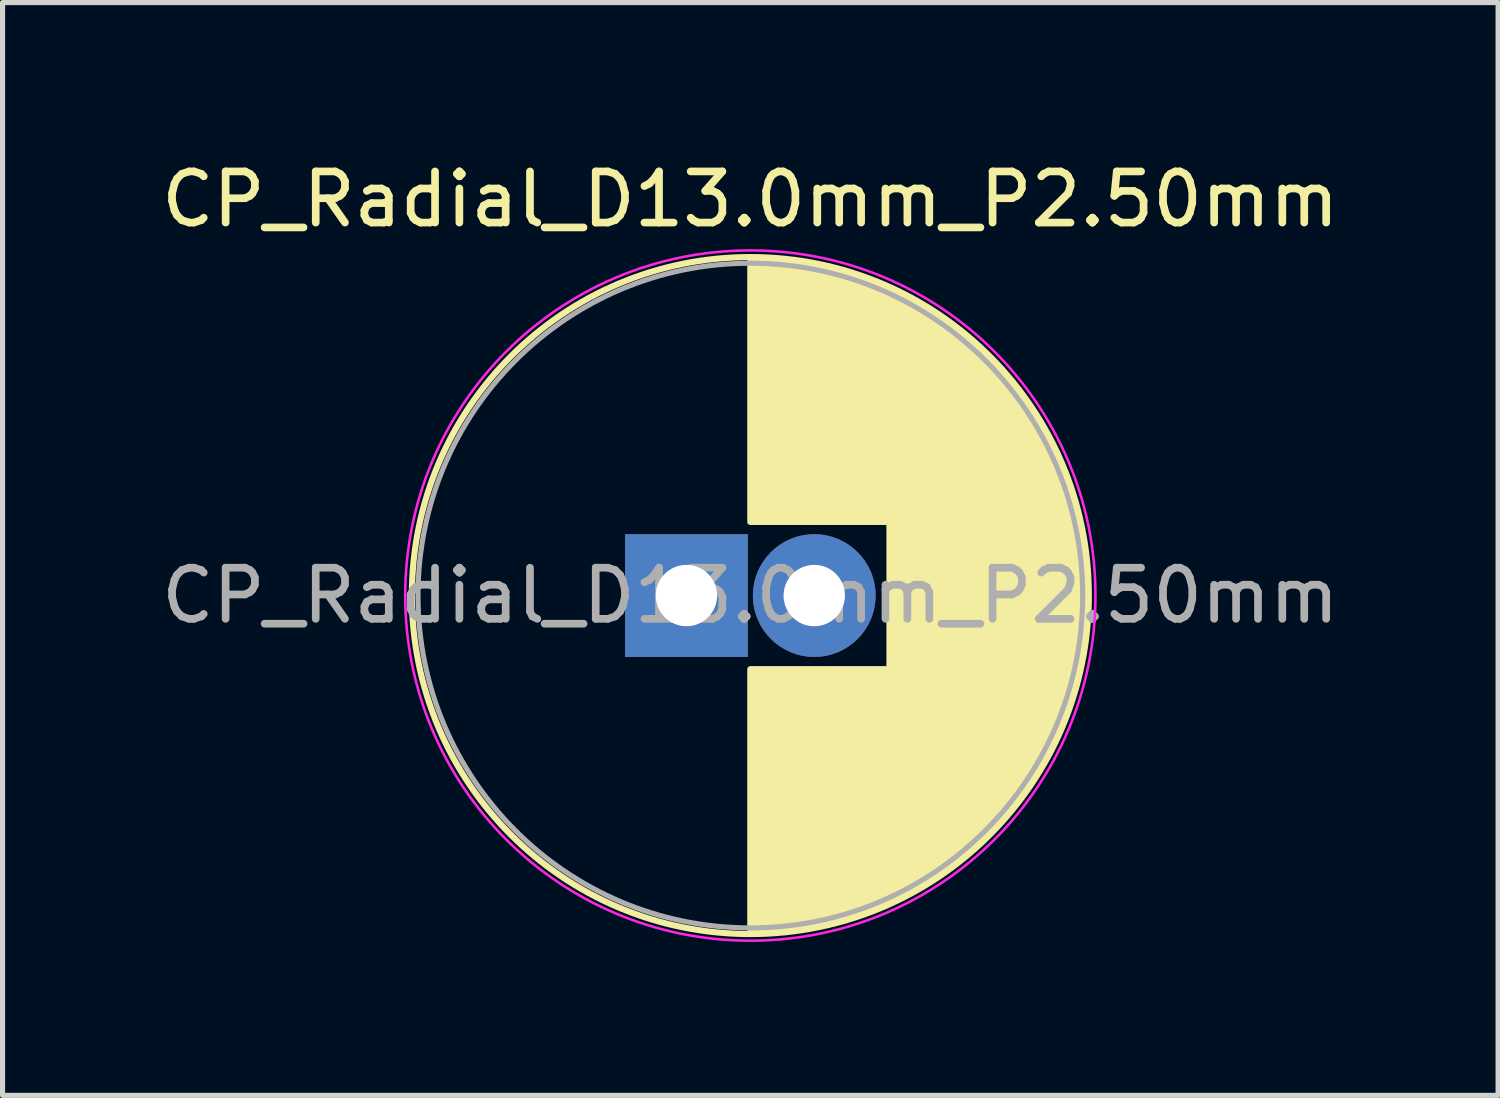
<source format=kicad_pcb>
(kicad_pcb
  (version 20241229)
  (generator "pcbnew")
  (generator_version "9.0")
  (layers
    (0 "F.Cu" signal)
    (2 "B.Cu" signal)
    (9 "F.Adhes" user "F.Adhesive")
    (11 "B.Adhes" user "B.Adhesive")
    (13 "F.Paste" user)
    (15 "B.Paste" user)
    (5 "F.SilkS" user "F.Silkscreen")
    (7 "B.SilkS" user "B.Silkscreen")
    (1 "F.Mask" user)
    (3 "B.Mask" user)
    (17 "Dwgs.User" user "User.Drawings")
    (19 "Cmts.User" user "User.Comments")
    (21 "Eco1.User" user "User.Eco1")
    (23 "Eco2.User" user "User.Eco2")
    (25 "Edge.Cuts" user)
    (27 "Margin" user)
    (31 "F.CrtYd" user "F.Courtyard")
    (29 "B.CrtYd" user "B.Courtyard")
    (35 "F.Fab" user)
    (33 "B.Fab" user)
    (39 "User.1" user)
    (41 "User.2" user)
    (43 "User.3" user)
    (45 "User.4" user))
  (footprint "CP_Radial_D13.0mm_P2.50mm"
    (layer "F.Cu")
    (at 10.375 8.598)
    (property "Reference" "CP_Radial_D13.0mm_P2.50mm" (at 1.25 -7.75 0) (layer "F.SilkS") (effects (font (size 1 1) (thickness 0.15))))
    (attr through_hole)
    (fp_line (start 1.25 -6.58) (end 1.25 -1.44) (stroke (width 0.12) (type solid)) (layer "F.SilkS"))
    (fp_line (start 1.25 1.44) (end 1.25 6.58) (stroke (width 0.12) (type solid)) (layer "F.SilkS"))
    (fp_line (start 1.29 -6.58) (end 1.29 -1.44) (stroke (width 0.12) (type solid)) (layer "F.SilkS"))
    (fp_line (start 1.29 1.44) (end 1.29 6.58) (stroke (width 0.12) (type solid)) (layer "F.SilkS"))
    (fp_line (start 1.33 -6.58) (end 1.33 -1.44) (stroke (width 0.12) (type solid)) (layer "F.SilkS"))
    (fp_line (start 1.33 1.44) (end 1.33 6.58) (stroke (width 0.12) (type solid)) (layer "F.SilkS"))
    (fp_line (start 1.37 -6.579) (end 1.37 -1.44) (stroke (width 0.12) (type solid)) (layer "F.SilkS"))
    (fp_line (start 1.37 1.44) (end 1.37 6.579) (stroke (width 0.12) (type solid)) (layer "F.SilkS"))
    (fp_line (start 1.41 -6.579) (end 1.41 -1.44) (stroke (width 0.12) (type solid)) (layer "F.SilkS"))
    (fp_line (start 1.41 1.44) (end 1.41 6.579) (stroke (width 0.12) (type solid)) (layer "F.SilkS"))
    (fp_line (start 1.45 -6.577) (end 1.45 -1.44) (stroke (width 0.12) (type solid)) (layer "F.SilkS"))
    (fp_line (start 1.45 1.44) (end 1.45 6.577) (stroke (width 0.12) (type solid)) (layer "F.SilkS"))
    (fp_line (start 1.49 -6.576) (end 1.49 -1.44) (stroke (width 0.12) (type solid)) (layer "F.SilkS"))
    (fp_line (start 1.49 1.44) (end 1.49 6.576) (stroke (width 0.12) (type solid)) (layer "F.SilkS"))
    (fp_line (start 1.53 -6.575) (end 1.53 -1.44) (stroke (width 0.12) (type solid)) (layer "F.SilkS"))
    (fp_line (start 1.53 1.44) (end 1.53 6.575) (stroke (width 0.12) (type solid)) (layer "F.SilkS"))
    (fp_line (start 1.57 -6.573) (end 1.57 -1.44) (stroke (width 0.12) (type solid)) (layer "F.SilkS"))
    (fp_line (start 1.57 1.44) (end 1.57 6.573) (stroke (width 0.12) (type solid)) (layer "F.SilkS"))
    (fp_line (start 1.61 -6.571) (end 1.61 -1.44) (stroke (width 0.12) (type solid)) (layer "F.SilkS"))
    (fp_line (start 1.61 1.44) (end 1.61 6.571) (stroke (width 0.12) (type solid)) (layer "F.SilkS"))
    (fp_line (start 1.65 -6.568) (end 1.65 -1.44) (stroke (width 0.12) (type solid)) (layer "F.SilkS"))
    (fp_line (start 1.65 1.44) (end 1.65 6.568) (stroke (width 0.12) (type solid)) (layer "F.SilkS"))
    (fp_line (start 1.69 -6.566) (end 1.69 -1.44) (stroke (width 0.12) (type solid)) (layer "F.SilkS"))
    (fp_line (start 1.69 1.44) (end 1.69 6.566) (stroke (width 0.12) (type solid)) (layer "F.SilkS"))
    (fp_line (start 1.73 -6.563) (end 1.73 -1.44) (stroke (width 0.12) (type solid)) (layer "F.SilkS"))
    (fp_line (start 1.73 1.44) (end 1.73 6.563) (stroke (width 0.12) (type solid)) (layer "F.SilkS"))
    (fp_line (start 1.77 -6.56) (end 1.77 -1.44) (stroke (width 0.12) (type solid)) (layer "F.SilkS"))
    (fp_line (start 1.77 1.44) (end 1.77 6.56) (stroke (width 0.12) (type solid)) (layer "F.SilkS"))
    (fp_line (start 1.81 -6.557) (end 1.81 -1.44) (stroke (width 0.12) (type solid)) (layer "F.SilkS"))
    (fp_line (start 1.81 1.44) (end 1.81 6.557) (stroke (width 0.12) (type solid)) (layer "F.SilkS"))
    (fp_line (start 1.85 -6.553) (end 1.85 -1.44) (stroke (width 0.12) (type solid)) (layer "F.SilkS"))
    (fp_line (start 1.85 1.44) (end 1.85 6.553) (stroke (width 0.12) (type solid)) (layer "F.SilkS"))
    (fp_line (start 1.89 -6.549) (end 1.89 -1.44) (stroke (width 0.12) (type solid)) (layer "F.SilkS"))
    (fp_line (start 1.89 1.44) (end 1.89 6.549) (stroke (width 0.12) (type solid)) (layer "F.SilkS"))
    (fp_line (start 1.93 -6.545) (end 1.93 -1.44) (stroke (width 0.12) (type solid)) (layer "F.SilkS"))
    (fp_line (start 1.93 1.44) (end 1.93 6.545) (stroke (width 0.12) (type solid)) (layer "F.SilkS"))
    (fp_line (start 1.971 -6.541) (end 1.971 -1.44) (stroke (width 0.12) (type solid)) (layer "F.SilkS"))
    (fp_line (start 1.971 1.44) (end 1.971 6.541) (stroke (width 0.12) (type solid)) (layer "F.SilkS"))
    (fp_line (start 2.011 -6.537) (end 2.011 -1.44) (stroke (width 0.12) (type solid)) (layer "F.SilkS"))
    (fp_line (start 2.011 1.44) (end 2.011 6.537) (stroke (width 0.12) (type solid)) (layer "F.SilkS"))
    (fp_line (start 2.051 -6.532) (end 2.051 -1.44) (stroke (width 0.12) (type solid)) (layer "F.SilkS"))
    (fp_line (start 2.051 1.44) (end 2.051 6.532) (stroke (width 0.12) (type solid)) (layer "F.SilkS"))
    (fp_line (start 2.091 -6.527) (end 2.091 -1.44) (stroke (width 0.12) (type solid)) (layer "F.SilkS"))
    (fp_line (start 2.091 1.44) (end 2.091 6.527) (stroke (width 0.12) (type solid)) (layer "F.SilkS"))
    (fp_line (start 2.131 -6.522) (end 2.131 -1.44) (stroke (width 0.12) (type solid)) (layer "F.SilkS"))
    (fp_line (start 2.131 1.44) (end 2.131 6.522) (stroke (width 0.12) (type solid)) (layer "F.SilkS"))
    (fp_line (start 2.171 -6.516) (end 2.171 -1.44) (stroke (width 0.12) (type solid)) (layer "F.SilkS"))
    (fp_line (start 2.171 1.44) (end 2.171 6.516) (stroke (width 0.12) (type solid)) (layer "F.SilkS"))
    (fp_line (start 2.211 -6.511) (end 2.211 -1.44) (stroke (width 0.12) (type solid)) (layer "F.SilkS"))
    (fp_line (start 2.211 1.44) (end 2.211 6.511) (stroke (width 0.12) (type solid)) (layer "F.SilkS"))
    (fp_line (start 2.251 -6.505) (end 2.251 -1.44) (stroke (width 0.12) (type solid)) (layer "F.SilkS"))
    (fp_line (start 2.251 1.44) (end 2.251 6.505) (stroke (width 0.12) (type solid)) (layer "F.SilkS"))
    (fp_line (start 2.291 -6.498) (end 2.291 -1.44) (stroke (width 0.12) (type solid)) (layer "F.SilkS"))
    (fp_line (start 2.291 1.44) (end 2.291 6.498) (stroke (width 0.12) (type solid)) (layer "F.SilkS"))
    (fp_line (start 2.331 -6.492) (end 2.331 -1.44) (stroke (width 0.12) (type solid)) (layer "F.SilkS"))
    (fp_line (start 2.331 1.44) (end 2.331 6.492) (stroke (width 0.12) (type solid)) (layer "F.SilkS"))
    (fp_line (start 2.371 -6.485) (end 2.371 -1.44) (stroke (width 0.12) (type solid)) (layer "F.SilkS"))
    (fp_line (start 2.371 1.44) (end 2.371 6.485) (stroke (width 0.12) (type solid)) (layer "F.SilkS"))
    (fp_line (start 2.411 -6.478) (end 2.411 -1.44) (stroke (width 0.12) (type solid)) (layer "F.SilkS"))
    (fp_line (start 2.411 1.44) (end 2.411 6.478) (stroke (width 0.12) (type solid)) (layer "F.SilkS"))
    (fp_line (start 2.451 -6.471) (end 2.451 -1.44) (stroke (width 0.12) (type solid)) (layer "F.SilkS"))
    (fp_line (start 2.451 1.44) (end 2.451 6.471) (stroke (width 0.12) (type solid)) (layer "F.SilkS"))
    (fp_line (start 2.491 -6.463) (end 2.491 -1.44) (stroke (width 0.12) (type solid)) (layer "F.SilkS"))
    (fp_line (start 2.491 1.44) (end 2.491 6.463) (stroke (width 0.12) (type solid)) (layer "F.SilkS"))
    (fp_line (start 2.531 -6.456) (end 2.531 -1.44) (stroke (width 0.12) (type solid)) (layer "F.SilkS"))
    (fp_line (start 2.531 1.44) (end 2.531 6.456) (stroke (width 0.12) (type solid)) (layer "F.SilkS"))
    (fp_line (start 2.571 -6.448) (end 2.571 -1.44) (stroke (width 0.12) (type solid)) (layer "F.SilkS"))
    (fp_line (start 2.571 1.44) (end 2.571 6.448) (stroke (width 0.12) (type solid)) (layer "F.SilkS"))
    (fp_line (start 2.611 -6.439) (end 2.611 -1.44) (stroke (width 0.12) (type solid)) (layer "F.SilkS"))
    (fp_line (start 2.611 1.44) (end 2.611 6.439) (stroke (width 0.12) (type solid)) (layer "F.SilkS"))
    (fp_line (start 2.651 -6.431) (end 2.651 -1.44) (stroke (width 0.12) (type solid)) (layer "F.SilkS"))
    (fp_line (start 2.651 1.44) (end 2.651 6.431) (stroke (width 0.12) (type solid)) (layer "F.SilkS"))
    (fp_line (start 2.691 -6.422) (end 2.691 -1.44) (stroke (width 0.12) (type solid)) (layer "F.SilkS"))
    (fp_line (start 2.691 1.44) (end 2.691 6.422) (stroke (width 0.12) (type solid)) (layer "F.SilkS"))
    (fp_line (start 2.731 -6.413) (end 2.731 -1.44) (stroke (width 0.12) (type solid)) (layer "F.SilkS"))
    (fp_line (start 2.731 1.44) (end 2.731 6.413) (stroke (width 0.12) (type solid)) (layer "F.SilkS"))
    (fp_line (start 2.771 -6.404) (end 2.771 -1.44) (stroke (width 0.12) (type solid)) (layer "F.SilkS"))
    (fp_line (start 2.771 1.44) (end 2.771 6.404) (stroke (width 0.12) (type solid)) (layer "F.SilkS"))
    (fp_line (start 2.811 -6.394) (end 2.811 -1.44) (stroke (width 0.12) (type solid)) (layer "F.SilkS"))
    (fp_line (start 2.811 1.44) (end 2.811 6.394) (stroke (width 0.12) (type solid)) (layer "F.SilkS"))
    (fp_line (start 2.851 -6.384) (end 2.851 -1.44) (stroke (width 0.12) (type solid)) (layer "F.SilkS"))
    (fp_line (start 2.851 1.44) (end 2.851 6.384) (stroke (width 0.12) (type solid)) (layer "F.SilkS"))
    (fp_line (start 2.891 -6.374) (end 2.891 -1.44) (stroke (width 0.12) (type solid)) (layer "F.SilkS"))
    (fp_line (start 2.891 1.44) (end 2.891 6.374) (stroke (width 0.12) (type solid)) (layer "F.SilkS"))
    (fp_line (start 2.931 -6.364) (end 2.931 -1.44) (stroke (width 0.12) (type solid)) (layer "F.SilkS"))
    (fp_line (start 2.931 1.44) (end 2.931 6.364) (stroke (width 0.12) (type solid)) (layer "F.SilkS"))
    (fp_line (start 2.971 -6.353) (end 2.971 -1.44) (stroke (width 0.12) (type solid)) (layer "F.SilkS"))
    (fp_line (start 2.971 1.44) (end 2.971 6.353) (stroke (width 0.12) (type solid)) (layer "F.SilkS"))
    (fp_line (start 3.011 -6.342) (end 3.011 -1.44) (stroke (width 0.12) (type solid)) (layer "F.SilkS"))
    (fp_line (start 3.011 1.44) (end 3.011 6.342) (stroke (width 0.12) (type solid)) (layer "F.SilkS"))
    (fp_line (start 3.051 -6.331) (end 3.051 -1.44) (stroke (width 0.12) (type solid)) (layer "F.SilkS"))
    (fp_line (start 3.051 1.44) (end 3.051 6.331) (stroke (width 0.12) (type solid)) (layer "F.SilkS"))
    (fp_line (start 3.091 -6.32) (end 3.091 -1.44) (stroke (width 0.12) (type solid)) (layer "F.SilkS"))
    (fp_line (start 3.091 1.44) (end 3.091 6.32) (stroke (width 0.12) (type solid)) (layer "F.SilkS"))
    (fp_line (start 3.131 -6.308) (end 3.131 -1.44) (stroke (width 0.12) (type solid)) (layer "F.SilkS"))
    (fp_line (start 3.131 1.44) (end 3.131 6.308) (stroke (width 0.12) (type solid)) (layer "F.SilkS"))
    (fp_line (start 3.171 -6.296) (end 3.171 -1.44) (stroke (width 0.12) (type solid)) (layer "F.SilkS"))
    (fp_line (start 3.171 1.44) (end 3.171 6.296) (stroke (width 0.12) (type solid)) (layer "F.SilkS"))
    (fp_line (start 3.211 -6.284) (end 3.211 -1.44) (stroke (width 0.12) (type solid)) (layer "F.SilkS"))
    (fp_line (start 3.211 1.44) (end 3.211 6.284) (stroke (width 0.12) (type solid)) (layer "F.SilkS"))
    (fp_line (start 3.251 -6.271) (end 3.251 -1.44) (stroke (width 0.12) (type solid)) (layer "F.SilkS"))
    (fp_line (start 3.251 1.44) (end 3.251 6.271) (stroke (width 0.12) (type solid)) (layer "F.SilkS"))
    (fp_line (start 3.291 -6.258) (end 3.291 -1.44) (stroke (width 0.12) (type solid)) (layer "F.SilkS"))
    (fp_line (start 3.291 1.44) (end 3.291 6.258) (stroke (width 0.12) (type solid)) (layer "F.SilkS"))
    (fp_line (start 3.331 -6.245) (end 3.331 -1.44) (stroke (width 0.12) (type solid)) (layer "F.SilkS"))
    (fp_line (start 3.331 1.44) (end 3.331 6.245) (stroke (width 0.12) (type solid)) (layer "F.SilkS"))
    (fp_line (start 3.371 -6.232) (end 3.371 -1.44) (stroke (width 0.12) (type solid)) (layer "F.SilkS"))
    (fp_line (start 3.371 1.44) (end 3.371 6.232) (stroke (width 0.12) (type solid)) (layer "F.SilkS"))
    (fp_line (start 3.411 -6.218) (end 3.411 -1.44) (stroke (width 0.12) (type solid)) (layer "F.SilkS"))
    (fp_line (start 3.411 1.44) (end 3.411 6.218) (stroke (width 0.12) (type solid)) (layer "F.SilkS"))
    (fp_line (start 3.451 -6.204) (end 3.451 -1.44) (stroke (width 0.12) (type solid)) (layer "F.SilkS"))
    (fp_line (start 3.451 1.44) (end 3.451 6.204) (stroke (width 0.12) (type solid)) (layer "F.SilkS"))
    (fp_line (start 3.491 -6.19) (end 3.491 -1.44) (stroke (width 0.12) (type solid)) (layer "F.SilkS"))
    (fp_line (start 3.491 1.44) (end 3.491 6.19) (stroke (width 0.12) (type solid)) (layer "F.SilkS"))
    (fp_line (start 3.531 -6.175) (end 3.531 -1.44) (stroke (width 0.12) (type solid)) (layer "F.SilkS"))
    (fp_line (start 3.531 1.44) (end 3.531 6.175) (stroke (width 0.12) (type solid)) (layer "F.SilkS"))
    (fp_line (start 3.571 -6.161) (end 3.571 -1.44) (stroke (width 0.12) (type solid)) (layer "F.SilkS"))
    (fp_line (start 3.571 1.44) (end 3.571 6.161) (stroke (width 0.12) (type solid)) (layer "F.SilkS"))
    (fp_line (start 3.611 -6.146) (end 3.611 -1.44) (stroke (width 0.12) (type solid)) (layer "F.SilkS"))
    (fp_line (start 3.611 1.44) (end 3.611 6.146) (stroke (width 0.12) (type solid)) (layer "F.SilkS"))
    (fp_line (start 3.651 -6.13) (end 3.651 -1.44) (stroke (width 0.12) (type solid)) (layer "F.SilkS"))
    (fp_line (start 3.651 1.44) (end 3.651 6.13) (stroke (width 0.12) (type solid)) (layer "F.SilkS"))
    (fp_line (start 3.691 -6.114) (end 3.691 -1.44) (stroke (width 0.12) (type solid)) (layer "F.SilkS"))
    (fp_line (start 3.691 1.44) (end 3.691 6.114) (stroke (width 0.12) (type solid)) (layer "F.SilkS"))
    (fp_line (start 3.731 -6.098) (end 3.731 -1.44) (stroke (width 0.12) (type solid)) (layer "F.SilkS"))
    (fp_line (start 3.731 1.44) (end 3.731 6.098) (stroke (width 0.12) (type solid)) (layer "F.SilkS"))
    (fp_line (start 3.771 -6.082) (end 3.771 -1.44) (stroke (width 0.12) (type solid)) (layer "F.SilkS"))
    (fp_line (start 3.771 1.44) (end 3.771 6.082) (stroke (width 0.12) (type solid)) (layer "F.SilkS"))
    (fp_line (start 3.811 -6.065) (end 3.811 -1.44) (stroke (width 0.12) (type solid)) (layer "F.SilkS"))
    (fp_line (start 3.811 1.44) (end 3.811 6.065) (stroke (width 0.12) (type solid)) (layer "F.SilkS"))
    (fp_line (start 3.851 -6.049) (end 3.851 -1.44) (stroke (width 0.12) (type solid)) (layer "F.SilkS"))
    (fp_line (start 3.851 1.44) (end 3.851 6.049) (stroke (width 0.12) (type solid)) (layer "F.SilkS"))
    (fp_line (start 3.891 -6.031) (end 3.891 -1.44) (stroke (width 0.12) (type solid)) (layer "F.SilkS"))
    (fp_line (start 3.891 1.44) (end 3.891 6.031) (stroke (width 0.12) (type solid)) (layer "F.SilkS"))
    (fp_line (start 3.931 -6.014) (end 3.931 -1.44) (stroke (width 0.12) (type solid)) (layer "F.SilkS"))
    (fp_line (start 3.931 1.44) (end 3.931 6.014) (stroke (width 0.12) (type solid)) (layer "F.SilkS"))
    (fp_line (start 3.971 -5.996) (end 3.971 5.996) (stroke (width 0.12) (type solid)) (layer "F.SilkS"))
    (fp_line (start 4.011 -5.978) (end 4.011 5.978) (stroke (width 0.12) (type solid)) (layer "F.SilkS"))
    (fp_line (start 4.051 -5.959) (end 4.051 5.959) (stroke (width 0.12) (type solid)) (layer "F.SilkS"))
    (fp_line (start 4.091 -5.94) (end 4.091 5.94) (stroke (width 0.12) (type solid)) (layer "F.SilkS"))
    (fp_line (start 4.131 -5.921) (end 4.131 5.921) (stroke (width 0.12) (type solid)) (layer "F.SilkS"))
    (fp_line (start 4.171 -5.902) (end 4.171 5.902) (stroke (width 0.12) (type solid)) (layer "F.SilkS"))
    (fp_line (start 4.211 -5.882) (end 4.211 5.882) (stroke (width 0.12) (type solid)) (layer "F.SilkS"))
    (fp_line (start 4.251 -5.862) (end 4.251 5.862) (stroke (width 0.12) (type solid)) (layer "F.SilkS"))
    (fp_line (start 4.291 -5.841) (end 4.291 5.841) (stroke (width 0.12) (type solid)) (layer "F.SilkS"))
    (fp_line (start 4.331 -5.82) (end 4.331 5.82) (stroke (width 0.12) (type solid)) (layer "F.SilkS"))
    (fp_line (start 4.371 -5.799) (end 4.371 5.799) (stroke (width 0.12) (type solid)) (layer "F.SilkS"))
    (fp_line (start 4.411 -5.778) (end 4.411 5.778) (stroke (width 0.12) (type solid)) (layer "F.SilkS"))
    (fp_line (start 4.451 -5.756) (end 4.451 5.756) (stroke (width 0.12) (type solid)) (layer "F.SilkS"))
    (fp_line (start 4.491 -5.733) (end 4.491 5.733) (stroke (width 0.12) (type solid)) (layer "F.SilkS"))
    (fp_line (start 4.531 -5.711) (end 4.531 5.711) (stroke (width 0.12) (type solid)) (layer "F.SilkS"))
    (fp_line (start 4.571 -5.688) (end 4.571 5.688) (stroke (width 0.12) (type solid)) (layer "F.SilkS"))
    (fp_line (start 4.611 -5.664) (end 4.611 5.664) (stroke (width 0.12) (type solid)) (layer "F.SilkS"))
    (fp_line (start 4.651 -5.641) (end 4.651 5.641) (stroke (width 0.12) (type solid)) (layer "F.SilkS"))
    (fp_line (start 4.691 -5.617) (end 4.691 5.617) (stroke (width 0.12) (type solid)) (layer "F.SilkS"))
    (fp_line (start 4.731 -5.592) (end 4.731 5.592) (stroke (width 0.12) (type solid)) (layer "F.SilkS"))
    (fp_line (start 4.771 -5.567) (end 4.771 5.567) (stroke (width 0.12) (type solid)) (layer "F.SilkS"))
    (fp_line (start 4.811 -5.542) (end 4.811 5.542) (stroke (width 0.12) (type solid)) (layer "F.SilkS"))
    (fp_line (start 4.851 -5.516) (end 4.851 5.516) (stroke (width 0.12) (type solid)) (layer "F.SilkS"))
    (fp_line (start 4.891 -5.49) (end 4.891 5.49) (stroke (width 0.12) (type solid)) (layer "F.SilkS"))
    (fp_line (start 4.931 -5.463) (end 4.931 5.463) (stroke (width 0.12) (type solid)) (layer "F.SilkS"))
    (fp_line (start 4.971 -5.436) (end 4.971 5.436) (stroke (width 0.12) (type solid)) (layer "F.SilkS"))
    (fp_line (start 5.011 -5.409) (end 5.011 5.409) (stroke (width 0.12) (type solid)) (layer "F.SilkS"))
    (fp_line (start 5.051 -5.381) (end 5.051 5.381) (stroke (width 0.12) (type solid)) (layer "F.SilkS"))
    (fp_line (start 5.091 -5.353) (end 5.091 5.353) (stroke (width 0.12) (type solid)) (layer "F.SilkS"))
    (fp_line (start 5.131 -5.324) (end 5.131 5.324) (stroke (width 0.12) (type solid)) (layer "F.SilkS"))
    (fp_line (start 5.171 -5.295) (end 5.171 5.295) (stroke (width 0.12) (type solid)) (layer "F.SilkS"))
    (fp_line (start 5.211 -5.265) (end 5.211 5.265) (stroke (width 0.12) (type solid)) (layer "F.SilkS"))
    (fp_line (start 5.251 -5.235) (end 5.251 5.235) (stroke (width 0.12) (type solid)) (layer "F.SilkS"))
    (fp_line (start 5.291 -5.205) (end 5.291 5.205) (stroke (width 0.12) (type solid)) (layer "F.SilkS"))
    (fp_line (start 5.331 -5.174) (end 5.331 5.174) (stroke (width 0.12) (type solid)) (layer "F.SilkS"))
    (fp_line (start 5.371 -5.142) (end 5.371 5.142) (stroke (width 0.12) (type solid)) (layer "F.SilkS"))
    (fp_line (start 5.411 -5.11) (end 5.411 5.11) (stroke (width 0.12) (type solid)) (layer "F.SilkS"))
    (fp_line (start 5.451 -5.078) (end 5.451 5.078) (stroke (width 0.12) (type solid)) (layer "F.SilkS"))
    (fp_line (start 5.491 -5.044) (end 5.491 5.044) (stroke (width 0.12) (type solid)) (layer "F.SilkS"))
    (fp_line (start 5.531 -5.011) (end 5.531 5.011) (stroke (width 0.12) (type solid)) (layer "F.SilkS"))
    (fp_line (start 5.571 -4.977) (end 5.571 4.977) (stroke (width 0.12) (type solid)) (layer "F.SilkS"))
    (fp_line (start 5.611 -4.942) (end 5.611 4.942) (stroke (width 0.12) (type solid)) (layer "F.SilkS"))
    (fp_line (start 5.651 -4.907) (end 5.651 4.907) (stroke (width 0.12) (type solid)) (layer "F.SilkS"))
    (fp_line (start 5.691 -4.871) (end 5.691 4.871) (stroke (width 0.12) (type solid)) (layer "F.SilkS"))
    (fp_line (start 5.731 -4.834) (end 5.731 4.834) (stroke (width 0.12) (type solid)) (layer "F.SilkS"))
    (fp_line (start 5.771 -4.797) (end 5.771 4.797) (stroke (width 0.12) (type solid)) (layer "F.SilkS"))
    (fp_line (start 5.811 -4.76) (end 5.811 4.76) (stroke (width 0.12) (type solid)) (layer "F.SilkS"))
    (fp_line (start 5.851 -4.721) (end 5.851 4.721) (stroke (width 0.12) (type solid)) (layer "F.SilkS"))
    (fp_line (start 5.891 -4.682) (end 5.891 4.682) (stroke (width 0.12) (type solid)) (layer "F.SilkS"))
    (fp_line (start 5.931 -4.643) (end 5.931 4.643) (stroke (width 0.12) (type solid)) (layer "F.SilkS"))
    (fp_line (start 5.971 -4.602) (end 5.971 4.602) (stroke (width 0.12) (type solid)) (layer "F.SilkS"))
    (fp_line (start 6.011 -4.561) (end 6.011 4.561) (stroke (width 0.12) (type solid)) (layer "F.SilkS"))
    (fp_line (start 6.051 -4.519) (end 6.051 4.519) (stroke (width 0.12) (type solid)) (layer "F.SilkS"))
    (fp_line (start 6.091 -4.477) (end 6.091 4.477) (stroke (width 0.12) (type solid)) (layer "F.SilkS"))
    (fp_line (start 6.131 -4.434) (end 6.131 4.434) (stroke (width 0.12) (type solid)) (layer "F.SilkS"))
    (fp_line (start 6.171 -4.39) (end 6.171 4.39) (stroke (width 0.12) (type solid)) (layer "F.SilkS"))
    (fp_line (start 6.211 -4.345) (end 6.211 4.345) (stroke (width 0.12) (type solid)) (layer "F.SilkS"))
    (fp_line (start 6.251 -4.299) (end 6.251 4.299) (stroke (width 0.12) (type solid)) (layer "F.SilkS"))
    (fp_line (start 6.291 -4.253) (end 6.291 4.253) (stroke (width 0.12) (type solid)) (layer "F.SilkS"))
    (fp_line (start 6.331 -4.205) (end 6.331 4.205) (stroke (width 0.12) (type solid)) (layer "F.SilkS"))
    (fp_line (start 6.371 -4.157) (end 6.371 4.157) (stroke (width 0.12) (type solid)) (layer "F.SilkS"))
    (fp_line (start 6.411 -4.108) (end 6.411 4.108) (stroke (width 0.12) (type solid)) (layer "F.SilkS"))
    (fp_line (start 6.451 -4.057) (end 6.451 4.057) (stroke (width 0.12) (type solid)) (layer "F.SilkS"))
    (fp_line (start 6.491 -4.006) (end 6.491 4.006) (stroke (width 0.12) (type solid)) (layer "F.SilkS"))
    (fp_line (start 6.531 -3.954) (end 6.531 3.954) (stroke (width 0.12) (type solid)) (layer "F.SilkS"))
    (fp_line (start 6.571 -3.9) (end 6.571 3.9) (stroke (width 0.12) (type solid)) (layer "F.SilkS"))
    (fp_line (start 6.611 -3.846) (end 6.611 3.846) (stroke (width 0.12) (type solid)) (layer "F.SilkS"))
    (fp_line (start 6.651 -3.79) (end 6.651 3.79) (stroke (width 0.12) (type solid)) (layer "F.SilkS"))
    (fp_line (start 6.691 -3.733) (end 6.691 3.733) (stroke (width 0.12) (type solid)) (layer "F.SilkS"))
    (fp_line (start 6.731 -3.675) (end 6.731 3.675) (stroke (width 0.12) (type solid)) (layer "F.SilkS"))
    (fp_line (start 6.771 -3.615) (end 6.771 3.615) (stroke (width 0.12) (type solid)) (layer "F.SilkS"))
    (fp_line (start 6.811 -3.554) (end 6.811 3.554) (stroke (width 0.12) (type solid)) (layer "F.SilkS"))
    (fp_line (start 6.851 -3.491) (end 6.851 3.491) (stroke (width 0.12) (type solid)) (layer "F.SilkS"))
    (fp_line (start 6.891 -3.427) (end 6.891 3.427) (stroke (width 0.12) (type solid)) (layer "F.SilkS"))
    (fp_line (start 6.931 -3.361) (end 6.931 3.361) (stroke (width 0.12) (type solid)) (layer "F.SilkS"))
    (fp_line (start 6.971 -3.293) (end 6.971 3.293) (stroke (width 0.12) (type solid)) (layer "F.SilkS"))
    (fp_line (start 7.011 -3.223) (end 7.011 3.223) (stroke (width 0.12) (type solid)) (layer "F.SilkS"))
    (fp_line (start 7.051 -3.152) (end 7.051 3.152) (stroke (width 0.12) (type solid)) (layer "F.SilkS"))
    (fp_line (start 7.091 -3.078) (end 7.091 3.078) (stroke (width 0.12) (type solid)) (layer "F.SilkS"))
    (fp_line (start 7.131 -3.002) (end 7.131 3.002) (stroke (width 0.12) (type solid)) (layer "F.SilkS"))
    (fp_line (start 7.171 -2.923) (end 7.171 2.923) (stroke (width 0.12) (type solid)) (layer "F.SilkS"))
    (fp_line (start 7.211 -2.842) (end 7.211 2.842) (stroke (width 0.12) (type solid)) (layer "F.SilkS"))
    (fp_line (start 7.251 -2.758) (end 7.251 2.758) (stroke (width 0.12) (type solid)) (layer "F.SilkS"))
    (fp_line (start 7.291 -2.67) (end 7.291 2.67) (stroke (width 0.12) (type solid)) (layer "F.SilkS"))
    (fp_line (start 7.331 -2.579) (end 7.331 2.579) (stroke (width 0.12) (type solid)) (layer "F.SilkS"))
    (fp_line (start 7.371 -2.484) (end 7.371 2.484) (stroke (width 0.12) (type solid)) (layer "F.SilkS"))
    (fp_line (start 7.411 -2.385) (end 7.411 2.385) (stroke (width 0.12) (type solid)) (layer "F.SilkS"))
    (fp_line (start 7.451 -2.281) (end 7.451 2.281) (stroke (width 0.12) (type solid)) (layer "F.SilkS"))
    (fp_line (start 7.491 -2.171) (end 7.491 2.171) (stroke (width 0.12) (type solid)) (layer "F.SilkS"))
    (fp_line (start 7.531 -2.055) (end 7.531 2.055) (stroke (width 0.12) (type solid)) (layer "F.SilkS"))
    (fp_line (start 7.571 -1.931) (end 7.571 1.931) (stroke (width 0.12) (type solid)) (layer "F.SilkS"))
    (fp_line (start 7.611 -1.798) (end 7.611 1.798) (stroke (width 0.12) (type solid)) (layer "F.SilkS"))
    (fp_line (start 7.651 -1.653) (end 7.651 1.653) (stroke (width 0.12) (type solid)) (layer "F.SilkS"))
    (fp_line (start 7.691 -1.494) (end 7.691 1.494) (stroke (width 0.12) (type solid)) (layer "F.SilkS"))
    (fp_line (start 7.731 -1.315) (end 7.731 1.315) (stroke (width 0.12) (type solid)) (layer "F.SilkS"))
    (fp_line (start 7.771 -1.107) (end 7.771 1.107) (stroke (width 0.12) (type solid)) (layer "F.SilkS"))
    (fp_line (start 7.811 -0.85) (end 7.811 0.85) (stroke (width 0.12) (type solid)) (layer "F.SilkS"))
    (fp_line (start 7.851 -0.475) (end 7.851 0.475) (stroke (width 0.12) (type solid)) (layer "F.SilkS"))
    (fp_circle (center 1.25 0) (end 7.87 0) (stroke (width 0.12) (type solid)) (fill no) (layer "F.SilkS"))
    (fp_circle (center 1.25 0) (end 8 0) (stroke (width 0.05) (type solid)) (fill no) (layer "F.CrtYd"))
    (fp_circle (center 1.25 0) (end 7.75 0) (stroke (width 0.1) (type solid)) (fill no) (layer "F.Fab"))
    (fp_text user "${REFERENCE}" (at 1.25 0 0) (layer "F.Fab") (effects (font (size 1 1) (thickness 0.15))))
    (pad "1" thru_hole rect (at 0 0) (size 2.4 2.4) (drill 1.2) (layers "*.Cu" "*.Mask"))
    (pad "2" thru_hole circle (at 2.5 0) (size 2.4 2.4) (drill 1.2) (layers "*.Cu" "*.Mask")))
  (gr_rect
    (start -3 -3)
    (end 26.25 18.373)
    (stroke (width 0.1) (type default))
    (fill no)
    (layer "Edge.Cuts")))
</source>
